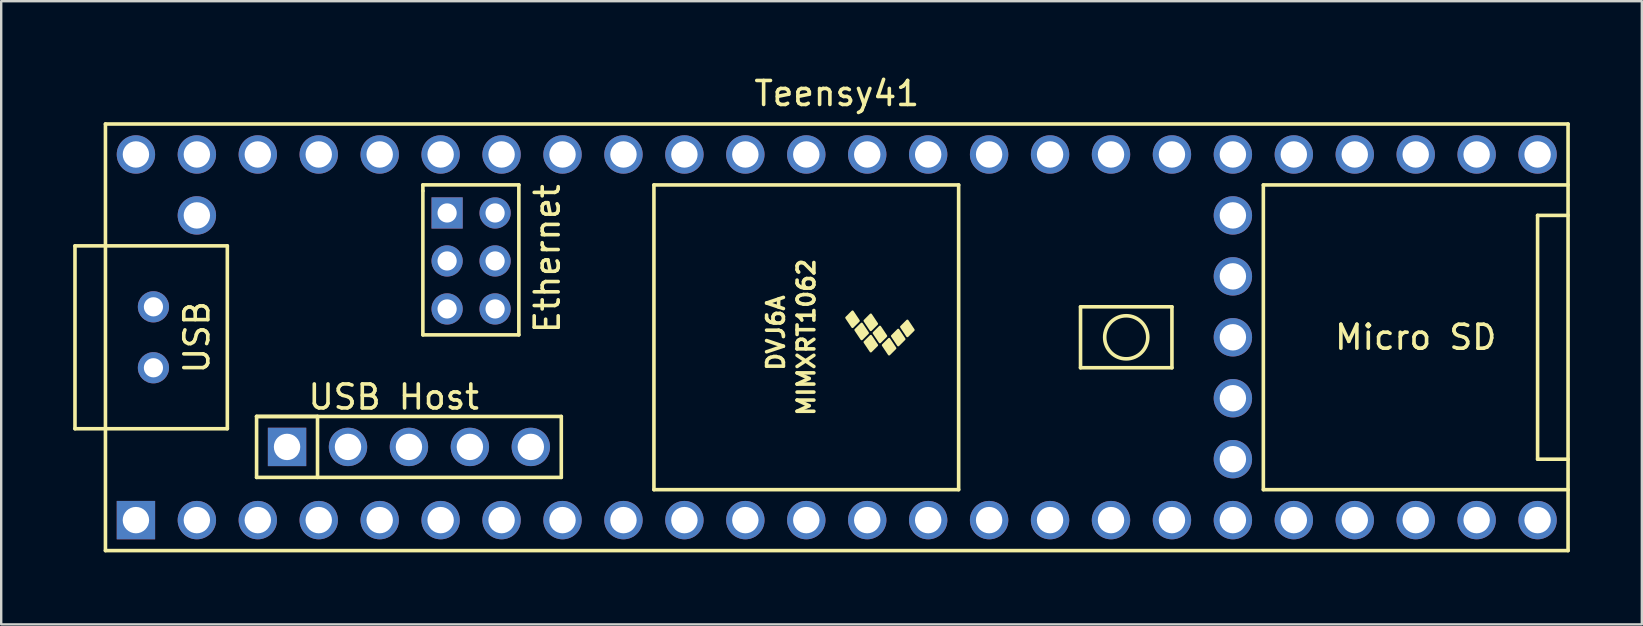
<source format=kicad_pcb>
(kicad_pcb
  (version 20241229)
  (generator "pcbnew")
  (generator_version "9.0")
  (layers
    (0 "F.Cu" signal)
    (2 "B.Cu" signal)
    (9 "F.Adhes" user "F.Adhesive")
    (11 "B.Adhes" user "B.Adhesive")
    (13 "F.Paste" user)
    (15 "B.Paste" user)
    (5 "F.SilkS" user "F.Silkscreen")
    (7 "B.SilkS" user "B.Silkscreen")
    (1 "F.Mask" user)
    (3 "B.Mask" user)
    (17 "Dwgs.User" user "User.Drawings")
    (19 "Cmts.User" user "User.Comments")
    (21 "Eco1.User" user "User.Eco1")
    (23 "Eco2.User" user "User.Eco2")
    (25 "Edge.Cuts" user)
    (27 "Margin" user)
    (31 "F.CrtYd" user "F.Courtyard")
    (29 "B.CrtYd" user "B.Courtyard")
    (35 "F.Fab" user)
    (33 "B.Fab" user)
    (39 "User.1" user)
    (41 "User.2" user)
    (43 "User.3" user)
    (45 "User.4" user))
  (footprint "Teensy41"
    (layer "F.Cu")
    (at 31.825 11.008)
    (property "Reference" "Teensy41" (at 0 -10.16 0) (layer "F.SilkS") (effects (font (size 1 1) (thickness 0.15))))
    (attr through_hole)
    (fp_line (start -31.75 -3.81) (end -30.48 -3.81) (stroke (width 0.15) (type solid)) (layer "F.SilkS"))
    (fp_line (start -31.75 3.81) (end -31.75 -3.81) (stroke (width 0.15) (type solid)) (layer "F.SilkS"))
    (fp_line (start -30.48 -8.89) (end 30.48 -8.89) (stroke (width 0.15) (type solid)) (layer "F.SilkS"))
    (fp_line (start -30.48 3.81) (end -31.75 3.81) (stroke (width 0.15) (type solid)) (layer "F.SilkS"))
    (fp_line (start -30.48 8.89) (end -30.48 -8.89) (stroke (width 0.15) (type solid)) (layer "F.SilkS"))
    (fp_line (start -25.4 -3.81) (end -30.48 -3.81) (stroke (width 0.15) (type solid)) (layer "F.SilkS"))
    (fp_line (start -25.4 3.81) (end -30.48 3.81) (stroke (width 0.15) (type solid)) (layer "F.SilkS"))
    (fp_line (start -25.4 3.81) (end -25.4 -3.81) (stroke (width 0.15) (type solid)) (layer "F.SilkS"))
    (fp_line (start -24.181 3.299) (end -21.641 3.299) (stroke (width 0.15) (type solid)) (layer "F.SilkS"))
    (fp_line (start -24.181 3.299) (end -11.481 3.299) (stroke (width 0.15) (type solid)) (layer "F.SilkS"))
    (fp_line (start -24.181 5.839) (end -24.181 3.299) (stroke (width 0.15) (type solid)) (layer "F.SilkS"))
    (fp_line (start -21.641 3.299) (end -21.641 5.839) (stroke (width 0.15) (type solid)) (layer "F.SilkS"))
    (fp_line (start -17.25 -6.352) (end -17.25 -6.102) (stroke (width 0.15) (type solid)) (layer "F.SilkS"))
    (fp_line (start -17.25 -6.102) (end -17.25 -0.102) (stroke (width 0.15) (type solid)) (layer "F.SilkS"))
    (fp_line (start -17.25 -0.102) (end -13.25 -0.102) (stroke (width 0.15) (type solid)) (layer "F.SilkS"))
    (fp_line (start -13.25 -6.352) (end -17.25 -6.352) (stroke (width 0.15) (type solid)) (layer "F.SilkS"))
    (fp_line (start -13.25 -0.102) (end -13.25 -6.352) (stroke (width 0.15) (type solid)) (layer "F.SilkS"))
    (fp_line (start -11.481 3.299) (end -11.481 5.839) (stroke (width 0.15) (type solid)) (layer "F.SilkS"))
    (fp_line (start -11.481 5.839) (end -24.181 5.839) (stroke (width 0.15) (type solid)) (layer "F.SilkS"))
    (fp_line (start -7.62 -6.35) (end -7.62 6.35) (stroke (width 0.15) (type solid)) (layer "F.SilkS"))
    (fp_line (start -7.62 6.35) (end 5.08 6.35) (stroke (width 0.15) (type solid)) (layer "F.SilkS"))
    (fp_line (start 5.08 -6.35) (end -7.62 -6.35) (stroke (width 0.15) (type solid)) (layer "F.SilkS"))
    (fp_line (start 5.08 6.35) (end 5.08 -6.35) (stroke (width 0.15) (type solid)) (layer "F.SilkS"))
    (fp_line (start 10.16 -1.27) (end 13.97 -1.27) (stroke (width 0.15) (type solid)) (layer "F.SilkS"))
    (fp_line (start 10.16 1.27) (end 10.16 -1.27) (stroke (width 0.15) (type solid)) (layer "F.SilkS"))
    (fp_line (start 13.97 -1.27) (end 13.97 1.27) (stroke (width 0.15) (type solid)) (layer "F.SilkS"))
    (fp_line (start 13.97 1.27) (end 10.16 1.27) (stroke (width 0.15) (type solid)) (layer "F.SilkS"))
    (fp_line (start 17.78 -6.35) (end 17.78 6.35) (stroke (width 0.15) (type solid)) (layer "F.SilkS"))
    (fp_line (start 17.78 6.35) (end 30.48 6.35) (stroke (width 0.15) (type solid)) (layer "F.SilkS"))
    (fp_line (start 29.21 -5.08) (end 29.21 5.08) (stroke (width 0.15) (type solid)) (layer "F.SilkS"))
    (fp_line (start 29.21 5.08) (end 30.48 5.08) (stroke (width 0.15) (type solid)) (layer "F.SilkS"))
    (fp_line (start 30.48 -8.89) (end 30.48 8.89) (stroke (width 0.15) (type solid)) (layer "F.SilkS"))
    (fp_line (start 30.48 -6.35) (end 17.78 -6.35) (stroke (width 0.15) (type solid)) (layer "F.SilkS"))
    (fp_line (start 30.48 -5.08) (end 29.21 -5.08) (stroke (width 0.15) (type solid)) (layer "F.SilkS"))
    (fp_line (start 30.48 8.89) (end -30.48 8.89) (stroke (width 0.15) (type solid)) (layer "F.SilkS"))
    (fp_circle (center 12.065 0) (end 12.7 -0.635) (stroke (width 0.15) (type solid)) (fill no) (layer "F.SilkS"))
    (fp_poly (pts (xy 0.911 -0.688) (xy 0.657 -0.434) (xy 0.403 -0.815) (xy 0.657 -1.069)) (stroke (width 0.1) (type solid)) (fill yes) (layer "F.SilkS"))
    (fp_poly (pts (xy 1.292 -0.18) (xy 1.038 0.074) (xy 0.784 -0.307) (xy 1.038 -0.561)) (stroke (width 0.1) (type solid)) (fill yes) (layer "F.SilkS"))
    (fp_poly (pts (xy 1.673 -0.561) (xy 1.419 -0.307) (xy 1.165 -0.688) (xy 1.419 -0.942)) (stroke (width 0.1) (type solid)) (fill yes) (layer "F.SilkS"))
    (fp_poly (pts (xy 1.673 0.328) (xy 1.419 0.582) (xy 1.165 0.201) (xy 1.419 -0.053)) (stroke (width 0.1) (type solid)) (fill yes) (layer "F.SilkS"))
    (fp_poly (pts (xy 2.054 -0.053) (xy 1.8 0.201) (xy 1.546 -0.18) (xy 1.8 -0.434)) (stroke (width 0.1) (type solid)) (fill yes) (layer "F.SilkS"))
    (fp_poly (pts (xy 2.435 0.455) (xy 2.181 0.709) (xy 1.927 0.328) (xy 2.181 0.074)) (stroke (width 0.1) (type solid)) (fill yes) (layer "F.SilkS"))
    (fp_poly (pts (xy 2.816 0.074) (xy 2.562 0.328) (xy 2.308 -0.053) (xy 2.562 -0.307)) (stroke (width 0.1) (type solid)) (fill yes) (layer "F.SilkS"))
    (fp_poly (pts (xy 3.197 -0.307) (xy 2.943 -0.053) (xy 2.689 -0.434) (xy 2.943 -0.688)) (stroke (width 0.1) (type solid)) (fill yes) (layer "F.SilkS"))
    (fp_text user "Ethernet" (at -12.065 -3.277 90) (layer "F.SilkS") (effects (font (size 1 1) (thickness 0.15))))
    (fp_text user "Micro SD" (at 24.13 0 0) (layer "F.SilkS") (effects (font (size 1 1) (thickness 0.15))))
    (fp_text user "MIMXRT1062" (at -1.27 0 270) (layer "F.SilkS") (effects (font (size 0.7 0.7) (thickness 0.15))))
    (fp_text user "USB" (at -26.67 0 270) (layer "F.SilkS") (effects (font (size 1 1) (thickness 0.15))))
    (fp_text user "DVJ6A" (at -2.54 -0.18 270) (layer "F.SilkS") (effects (font (size 0.7 0.7) (thickness 0.15))))
    (fp_text user "USB Host" (at -18.466 2.489 0) (layer "F.SilkS") (effects (font (size 1 1) (thickness 0.15))))
    (pad "1" thru_hole rect (at -29.21 7.62) (size 1.6 1.6) (drill 1.1) (layers "*.Cu" "*.Mask"))
    (pad "2" thru_hole circle (at -26.67 7.62) (size 1.6 1.6) (drill 1.1) (layers "*.Cu" "*.Mask"))
    (pad "3" thru_hole circle (at -24.13 7.62) (size 1.6 1.6) (drill 1.1) (layers "*.Cu" "*.Mask"))
    (pad "4" thru_hole circle (at -21.59 7.62) (size 1.6 1.6) (drill 1.1) (layers "*.Cu" "*.Mask"))
    (pad "5" thru_hole circle (at -19.05 7.62) (size 1.6 1.6) (drill 1.1) (layers "*.Cu" "*.Mask"))
    (pad "6" thru_hole circle (at -16.51 7.62) (size 1.6 1.6) (drill 1.1) (layers "*.Cu" "*.Mask"))
    (pad "7" thru_hole circle (at -13.97 7.62) (size 1.6 1.6) (drill 1.1) (layers "*.Cu" "*.Mask"))
    (pad "8" thru_hole circle (at -11.43 7.62) (size 1.6 1.6) (drill 1.1) (layers "*.Cu" "*.Mask"))
    (pad "9" thru_hole circle (at -8.89 7.62) (size 1.6 1.6) (drill 1.1) (layers "*.Cu" "*.Mask"))
    (pad "10" thru_hole circle (at -6.35 7.62) (size 1.6 1.6) (drill 1.1) (layers "*.Cu" "*.Mask"))
    (pad "11" thru_hole circle (at -3.81 7.62) (size 1.6 1.6) (drill 1.1) (layers "*.Cu" "*.Mask"))
    (pad "12" thru_hole circle (at -1.27 7.62) (size 1.6 1.6) (drill 1.1) (layers "*.Cu" "*.Mask"))
    (pad "13" thru_hole circle (at 1.27 7.62) (size 1.6 1.6) (drill 1.1) (layers "*.Cu" "*.Mask"))
    (pad "14" thru_hole circle (at 3.81 7.62) (size 1.6 1.6) (drill 1.1) (layers "*.Cu" "*.Mask"))
    (pad "15" thru_hole circle (at 6.35 7.62) (size 1.6 1.6) (drill 1.1) (layers "*.Cu" "*.Mask"))
    (pad "16" thru_hole circle (at 8.89 7.62) (size 1.6 1.6) (drill 1.1) (layers "*.Cu" "*.Mask"))
    (pad "17" thru_hole circle (at 11.43 7.62) (size 1.6 1.6) (drill 1.1) (layers "*.Cu" "*.Mask"))
    (pad "18" thru_hole circle (at 13.97 7.62) (size 1.6 1.6) (drill 1.1) (layers "*.Cu" "*.Mask"))
    (pad "19" thru_hole circle (at 16.51 7.62) (size 1.6 1.6) (drill 1.1) (layers "*.Cu" "*.Mask"))
    (pad "20" thru_hole circle (at 19.05 7.62) (size 1.6 1.6) (drill 1.1) (layers "*.Cu" "*.Mask"))
    (pad "21" thru_hole circle (at 21.59 7.62) (size 1.6 1.6) (drill 1.1) (layers "*.Cu" "*.Mask"))
    (pad "22" thru_hole circle (at 24.13 7.62) (size 1.6 1.6) (drill 1.1) (layers "*.Cu" "*.Mask"))
    (pad "23" thru_hole circle (at 26.67 7.62) (size 1.6 1.6) (drill 1.1) (layers "*.Cu" "*.Mask"))
    (pad "24" thru_hole circle (at 29.21 7.62) (size 1.6 1.6) (drill 1.1) (layers "*.Cu" "*.Mask"))
    (pad "25" thru_hole circle (at 29.21 -7.62) (size 1.6 1.6) (drill 1.1) (layers "*.Cu" "*.Mask"))
    (pad "26" thru_hole circle (at 26.67 -7.62) (size 1.6 1.6) (drill 1.1) (layers "*.Cu" "*.Mask"))
    (pad "27" thru_hole circle (at 24.13 -7.62) (size 1.6 1.6) (drill 1.1) (layers "*.Cu" "*.Mask"))
    (pad "28" thru_hole circle (at 21.59 -7.62) (size 1.6 1.6) (drill 1.1) (layers "*.Cu" "*.Mask"))
    (pad "29" thru_hole circle (at 19.05 -7.62) (size 1.6 1.6) (drill 1.1) (layers "*.Cu" "*.Mask"))
    (pad "30" thru_hole circle (at 16.51 -7.62) (size 1.6 1.6) (drill 1.1) (layers "*.Cu" "*.Mask"))
    (pad "31" thru_hole circle (at 13.97 -7.62) (size 1.6 1.6) (drill 1.1) (layers "*.Cu" "*.Mask"))
    (pad "32" thru_hole circle (at 11.43 -7.62) (size 1.6 1.6) (drill 1.1) (layers "*.Cu" "*.Mask"))
    (pad "33" thru_hole circle (at 8.89 -7.62) (size 1.6 1.6) (drill 1.1) (layers "*.Cu" "*.Mask"))
    (pad "34" thru_hole circle (at 6.35 -7.62) (size 1.6 1.6) (drill 1.1) (layers "*.Cu" "*.Mask"))
    (pad "35" thru_hole circle (at 3.81 -7.62) (size 1.6 1.6) (drill 1.1) (layers "*.Cu" "*.Mask"))
    (pad "36" thru_hole circle (at 1.27 -7.62) (size 1.6 1.6) (drill 1.1) (layers "*.Cu" "*.Mask"))
    (pad "37" thru_hole circle (at -1.27 -7.62) (size 1.6 1.6) (drill 1.1) (layers "*.Cu" "*.Mask"))
    (pad "38" thru_hole circle (at -3.81 -7.62) (size 1.6 1.6) (drill 1.1) (layers "*.Cu" "*.Mask"))
    (pad "39" thru_hole circle (at -6.35 -7.62) (size 1.6 1.6) (drill 1.1) (layers "*.Cu" "*.Mask"))
    (pad "40" thru_hole circle (at -8.89 -7.62) (size 1.6 1.6) (drill 1.1) (layers "*.Cu" "*.Mask"))
    (pad "41" thru_hole circle (at -11.43 -7.62) (size 1.6 1.6) (drill 1.1) (layers "*.Cu" "*.Mask"))
    (pad "42" thru_hole circle (at -13.97 -7.62) (size 1.6 1.6) (drill 1.1) (layers "*.Cu" "*.Mask"))
    (pad "43" thru_hole circle (at -16.51 -7.62) (size 1.6 1.6) (drill 1.1) (layers "*.Cu" "*.Mask"))
    (pad "44" thru_hole circle (at -19.05 -7.62) (size 1.6 1.6) (drill 1.1) (layers "*.Cu" "*.Mask"))
    (pad "45" thru_hole circle (at -21.59 -7.62) (size 1.6 1.6) (drill 1.1) (layers "*.Cu" "*.Mask"))
    (pad "46" thru_hole circle (at -24.13 -7.62) (size 1.6 1.6) (drill 1.1) (layers "*.Cu" "*.Mask"))
    (pad "47" thru_hole circle (at -26.67 -7.62) (size 1.6 1.6) (drill 1.1) (layers "*.Cu" "*.Mask"))
    (pad "48" thru_hole circle (at -29.21 -7.62) (size 1.6 1.6) (drill 1.1) (layers "*.Cu" "*.Mask"))
    (pad "49" thru_hole circle (at -26.67 -5.08) (size 1.6 1.6) (drill 1.1) (layers "*.Cu" "*.Mask"))
    (pad "50" thru_hole circle (at 16.51 5.08) (size 1.6 1.6) (drill 1.1) (layers "*.Cu" "*.Mask"))
    (pad "51" thru_hole circle (at 16.51 2.54) (size 1.6 1.6) (drill 1.1) (layers "*.Cu" "*.Mask"))
    (pad "52" thru_hole circle (at 16.51 0) (size 1.6 1.6) (drill 1.1) (layers "*.Cu" "*.Mask"))
    (pad "53" thru_hole circle (at 16.51 -2.54) (size 1.6 1.6) (drill 1.1) (layers "*.Cu" "*.Mask"))
    (pad "54" thru_hole circle (at 16.51 -5.08) (size 1.6 1.6) (drill 1.1) (layers "*.Cu" "*.Mask"))
    (pad "55" thru_hole rect (at -22.911 4.569) (size 1.6 1.6) (drill 1.1) (layers "*.Cu" "*.Mask"))
    (pad "56" thru_hole circle (at -20.371 4.569) (size 1.6 1.6) (drill 1.1) (layers "*.Cu" "*.Mask"))
    (pad "57" thru_hole circle (at -17.831 4.569) (size 1.6 1.6) (drill 1.1) (layers "*.Cu" "*.Mask"))
    (pad "58" thru_hole circle (at -15.291 4.569) (size 1.6 1.6) (drill 1.1) (layers "*.Cu" "*.Mask"))
    (pad "59" thru_hole circle (at -12.751 4.569) (size 1.6 1.6) (drill 1.1) (layers "*.Cu" "*.Mask"))
    (pad "60" thru_hole rect (at -16.24 -5.182) (size 1.3 1.3) (drill 0.8) (layers "*.Cu" "*.Mask"))
    (pad "61" thru_hole circle (at -16.24 -3.182) (size 1.3 1.3) (drill 0.8) (layers "*.Cu" "*.Mask"))
    (pad "62" thru_hole circle (at -16.24 -1.182) (size 1.3 1.3) (drill 0.8) (layers "*.Cu" "*.Mask"))
    (pad "63" thru_hole circle (at -14.24 -1.182) (size 1.3 1.3) (drill 0.8) (layers "*.Cu" "*.Mask"))
    (pad "64" thru_hole circle (at -14.24 -3.182) (size 1.3 1.3) (drill 0.8) (layers "*.Cu" "*.Mask"))
    (pad "65" thru_hole circle (at -14.24 -5.182) (size 1.3 1.3) (drill 0.8) (layers "*.Cu" "*.Mask"))
    (pad "66" thru_hole circle (at -28.48 -1.27) (size 1.3 1.3) (drill 0.8) (layers "*.Cu" "*.Mask"))
    (pad "67" thru_hole circle (at -28.48 1.27) (size 1.3 1.3) (drill 0.8) (layers "*.Cu" "*.Mask")))
  (gr_rect
    (start -3 -3)
    (end 65.38 22.973)
    (stroke (width 0.1) (type default))
    (fill no)
    (layer "Edge.Cuts")))
</source>
